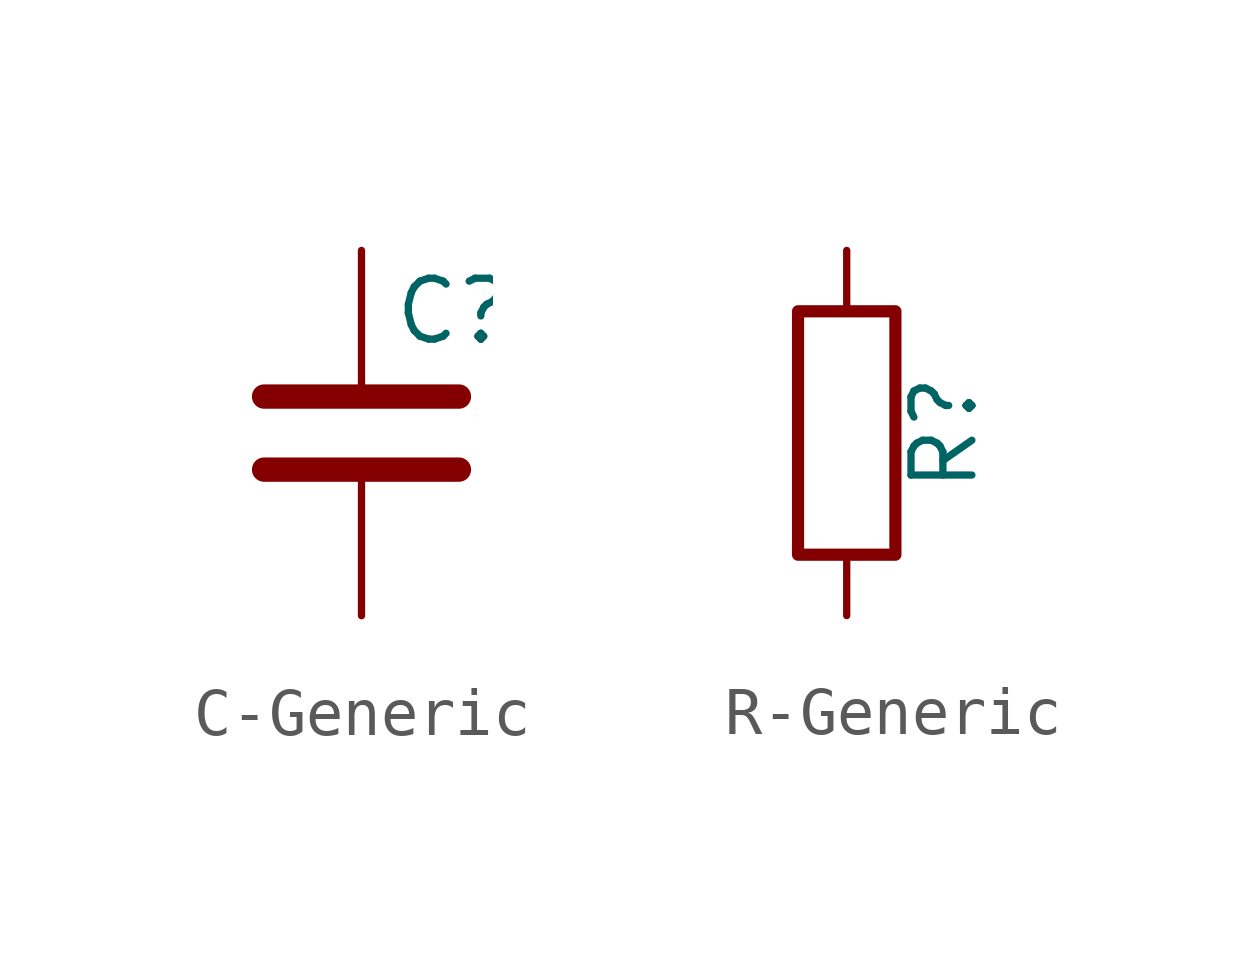
<source format=kicad_sym>
(kicad_symbol_lib
  (version 20241209)
  (generator "kicad_symbol_editor")
  (generator_version "9.0")
  (symbol "C-Generic"
    (pin_numbers
      (hide yes))
    (pin_names
      (offset 0.254))
    (property "Reference" "C"
      (at 0.635 2.54 0)
      (effects (font (size 1.27 1.27)) (justify left)))
    (property "Value" ""
      (at 0.635 -2.54 0)
      (effects (font (size 1.27 1.27)) (justify left)))
    (symbol "C-Generic_0_1"
      (polyline (pts (xy -2.032 0.762) (xy 2.032 0.762)) (stroke (width 0.508) (type default)) (fill (type none)))
      (polyline (pts (xy -2.032 -0.762) (xy 2.032 -0.762)) (stroke (width 0.508) (type default)) (fill (type none))))
    (symbol "C-Generic_1_1"
      (pin passive line (at 0 3.81 270) (length 2.794) (name "~" (effects (font (size 1.27 1.27)))) (number "1" (effects (font (size 1.27 1.27)))))
      (pin passive line (at 0 -3.81 90) (length 2.794) (name "~" (effects (font (size 1.27 1.27)))) (number "2" (effects (font (size 1.27 1.27)))))))
  (symbol "R-Generic"
    (pin_numbers
      (hide yes))
    (pin_names
      (offset 0))
    (property "Reference" "R"
      (at 2.032 0 90)
      (effects (font (size 1.27 1.27))))
    (property "Value" ""
      (at 0 0 90)
      (effects (font (size 1.27 1.27))))
    (symbol "R-Generic_0_1"
      (rectangle (start -1.016 2.54) (end 1.016 -2.54) (stroke (width 0.254) (type default)) (fill (type none))))
    (symbol "R-Generic_1_1"
      (pin passive line (at 0 3.81 270) (length 1.27) (name "~" (effects (font (size 1.27 1.27)))) (number "1" (effects (font (size 1.27 1.27)))))
      (pin passive line (at 0 -3.81 90) (length 1.27) (name "~" (effects (font (size 1.27 1.27)))) (number "2" (effects (font (size 1.27 1.27))))))))
</source>
